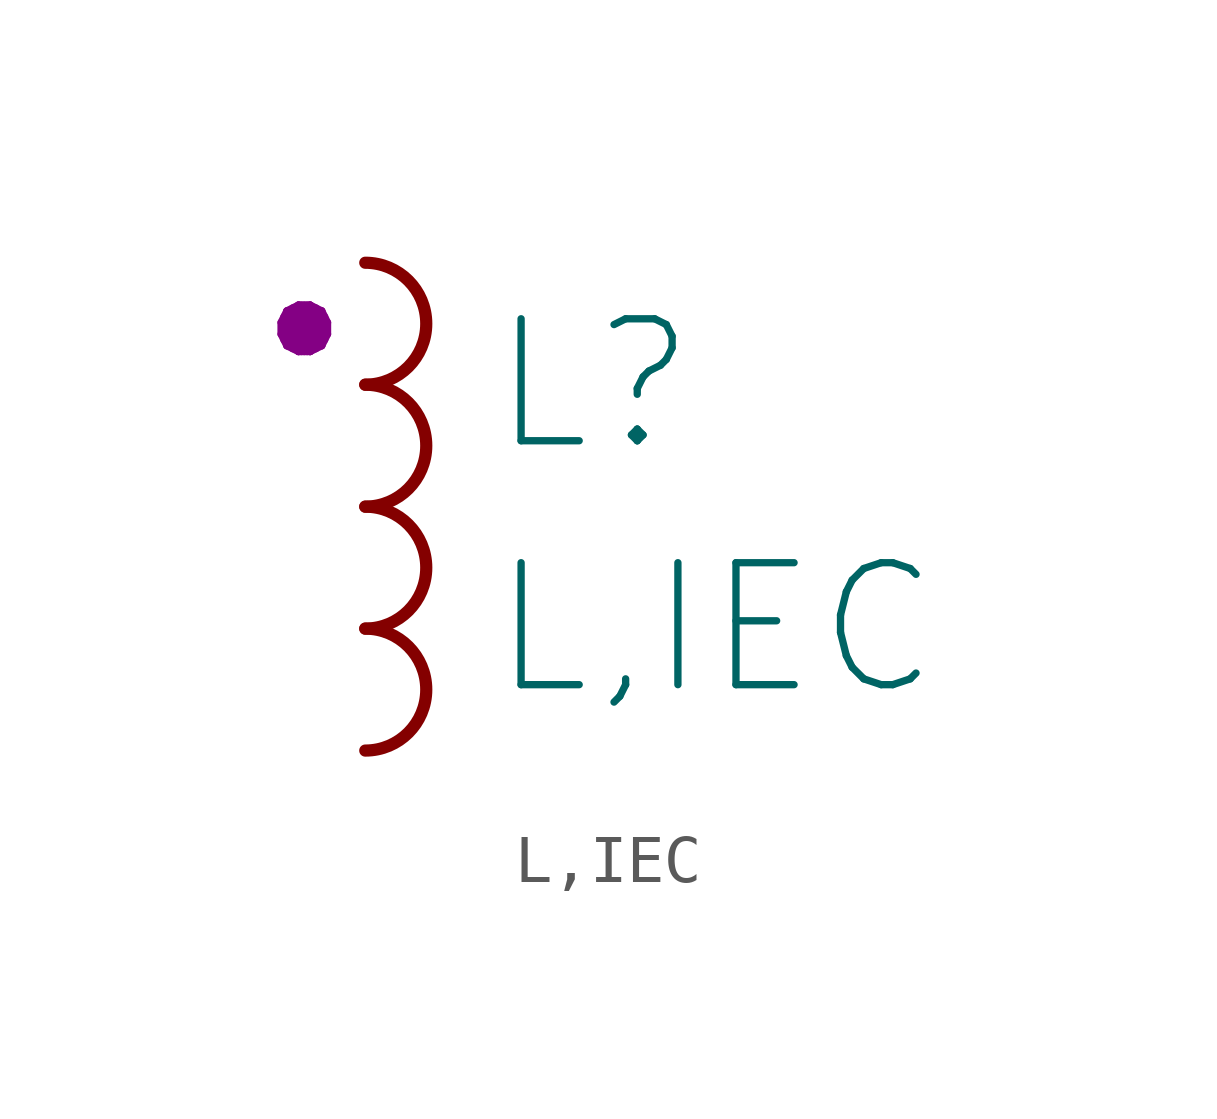
<source format=kicad_sym>
(kicad_symbol_lib
  (version 20211014)
  (generator kicad_symbol_editor)
  (symbol "L,IEC"
    (pin_numbers hide)
    (pin_names
      (offset 0) hide)
    (property "Reference" "L"
      (at 2.54 2.54 0)
      (effects (font (size 2.54 2.54)) (justify left)))
    (property "Value" "L,IEC"
      (at 2.54 -2.54 0)
      (effects (font (size 2.54 2.54)) (justify left)))
    (property "Indicator" "●"
      (at -1.27 3.81 0)
      (effects (font (size 1.27 1.27))))
    (symbol "L,IEC_1_1"
      (arc (start 0 -5.08) (mid 1.27 -3.81) (end 0 -2.54) (stroke (width 0.254) (type default) (color 0 0 0 0)) (fill (type none)))
      (arc (start 0 -2.54) (mid 1.27 -1.27) (end 0 0) (stroke (width 0.254) (type default) (color 0 0 0 0)) (fill (type none)))
      (arc (start 0 0) (mid 1.27 1.27) (end 0 2.54) (stroke (width 0.254) (type default) (color 0 0 0 0)) (fill (type none)))
      (arc (start 0 2.54) (mid 1.27 3.81) (end 0 5.08) (stroke (width 0.254) (type default) (color 0 0 0 0)) (fill (type none)))
      (pin passive line (at 0 5.08 0) (length 0) (name "+" (effects (font (size 1.27 1.27)))) (number "1" (effects (font (size 1.829 1.829)))))
      (pin passive line (at 0 -5.08 0) (length 0) (name "-" (effects (font (size 1.27 1.27)))) (number "2" (effects (font (size 1.829 1.829))))))))
</source>
